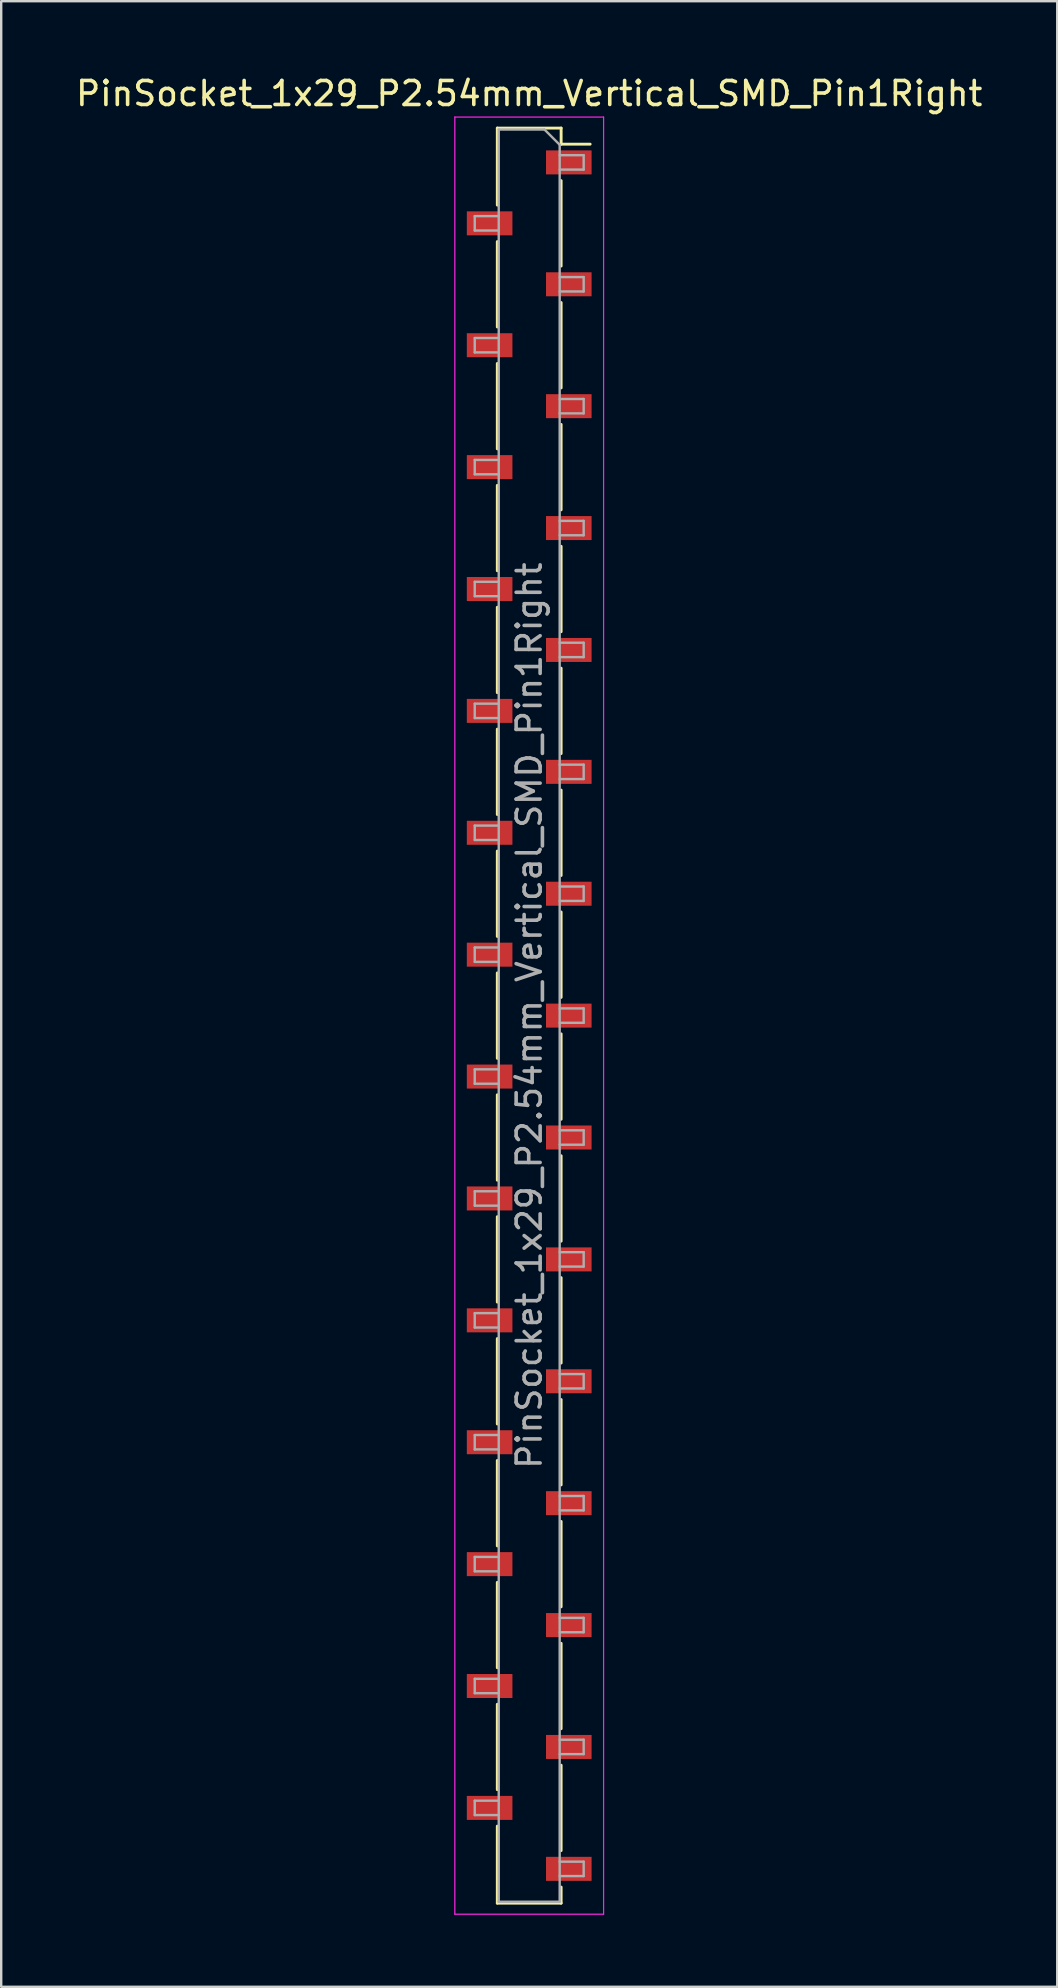
<source format=kicad_pcb>
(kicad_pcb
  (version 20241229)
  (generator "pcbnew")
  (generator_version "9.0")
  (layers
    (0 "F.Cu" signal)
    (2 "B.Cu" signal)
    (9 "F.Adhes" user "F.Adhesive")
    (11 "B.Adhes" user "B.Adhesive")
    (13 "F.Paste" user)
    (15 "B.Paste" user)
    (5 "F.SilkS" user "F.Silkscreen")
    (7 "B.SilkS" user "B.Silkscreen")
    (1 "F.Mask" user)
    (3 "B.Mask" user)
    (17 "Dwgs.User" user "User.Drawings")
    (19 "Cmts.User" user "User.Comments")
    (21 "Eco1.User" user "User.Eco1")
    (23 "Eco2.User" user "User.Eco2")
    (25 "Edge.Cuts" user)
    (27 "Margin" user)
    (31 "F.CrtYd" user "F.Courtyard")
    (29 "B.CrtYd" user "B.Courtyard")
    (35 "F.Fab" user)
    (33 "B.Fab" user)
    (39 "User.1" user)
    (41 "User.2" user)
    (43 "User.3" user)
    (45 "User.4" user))
  (footprint "PinSocket_1x29_P2.54mm_Vertical_SMD_Pin1Right"
    (layer "F.Cu")
    (at 19.006 39.278)
    (property "Reference" "PinSocket_1x29_P2.54mm_Vertical_SMD_Pin1Right" (at 0 -38.43 0) (layer "F.SilkS") (effects (font (size 1 1) (thickness 0.15))))
    (attr smd)
    (fp_line (start -1.33 -36.99) (end -1.33 -33.78) (stroke (width 0.12) (type solid)) (layer "F.SilkS"))
    (fp_line (start -1.33 -36.99) (end 1.33 -36.99) (stroke (width 0.12) (type solid)) (layer "F.SilkS"))
    (fp_line (start -1.33 -32.26) (end -1.33 -28.7) (stroke (width 0.12) (type solid)) (layer "F.SilkS"))
    (fp_line (start -1.33 -27.18) (end -1.33 -23.62) (stroke (width 0.12) (type solid)) (layer "F.SilkS"))
    (fp_line (start -1.33 -22.1) (end -1.33 -18.54) (stroke (width 0.12) (type solid)) (layer "F.SilkS"))
    (fp_line (start -1.33 -17.02) (end -1.33 -13.46) (stroke (width 0.12) (type solid)) (layer "F.SilkS"))
    (fp_line (start -1.33 -11.94) (end -1.33 -8.38) (stroke (width 0.12) (type solid)) (layer "F.SilkS"))
    (fp_line (start -1.33 -6.86) (end -1.33 -3.3) (stroke (width 0.12) (type solid)) (layer "F.SilkS"))
    (fp_line (start -1.33 -1.78) (end -1.33 1.78) (stroke (width 0.12) (type solid)) (layer "F.SilkS"))
    (fp_line (start -1.33 3.3) (end -1.33 6.86) (stroke (width 0.12) (type solid)) (layer "F.SilkS"))
    (fp_line (start -1.33 8.38) (end -1.33 11.94) (stroke (width 0.12) (type solid)) (layer "F.SilkS"))
    (fp_line (start -1.33 13.46) (end -1.33 17.02) (stroke (width 0.12) (type solid)) (layer "F.SilkS"))
    (fp_line (start -1.33 18.54) (end -1.33 22.1) (stroke (width 0.12) (type solid)) (layer "F.SilkS"))
    (fp_line (start -1.33 23.62) (end -1.33 27.18) (stroke (width 0.12) (type solid)) (layer "F.SilkS"))
    (fp_line (start -1.33 28.7) (end -1.33 32.26) (stroke (width 0.12) (type solid)) (layer "F.SilkS"))
    (fp_line (start -1.33 33.78) (end -1.33 36.99) (stroke (width 0.12) (type solid)) (layer "F.SilkS"))
    (fp_line (start -1.33 36.99) (end 1.33 36.99) (stroke (width 0.12) (type solid)) (layer "F.SilkS"))
    (fp_line (start 1.33 -36.99) (end 1.33 -36.32) (stroke (width 0.12) (type solid)) (layer "F.SilkS"))
    (fp_line (start 1.33 -36.32) (end 2.54 -36.32) (stroke (width 0.12) (type solid)) (layer "F.SilkS"))
    (fp_line (start 1.33 -34.8) (end 1.33 -31.24) (stroke (width 0.12) (type solid)) (layer "F.SilkS"))
    (fp_line (start 1.33 -29.72) (end 1.33 -26.16) (stroke (width 0.12) (type solid)) (layer "F.SilkS"))
    (fp_line (start 1.33 -24.64) (end 1.33 -21.08) (stroke (width 0.12) (type solid)) (layer "F.SilkS"))
    (fp_line (start 1.33 -19.56) (end 1.33 -16) (stroke (width 0.12) (type solid)) (layer "F.SilkS"))
    (fp_line (start 1.33 -14.48) (end 1.33 -10.92) (stroke (width 0.12) (type solid)) (layer "F.SilkS"))
    (fp_line (start 1.33 -9.4) (end 1.33 -5.84) (stroke (width 0.12) (type solid)) (layer "F.SilkS"))
    (fp_line (start 1.33 -4.32) (end 1.33 -0.76) (stroke (width 0.12) (type solid)) (layer "F.SilkS"))
    (fp_line (start 1.33 0.76) (end 1.33 4.32) (stroke (width 0.12) (type solid)) (layer "F.SilkS"))
    (fp_line (start 1.33 5.84) (end 1.33 9.4) (stroke (width 0.12) (type solid)) (layer "F.SilkS"))
    (fp_line (start 1.33 10.92) (end 1.33 14.48) (stroke (width 0.12) (type solid)) (layer "F.SilkS"))
    (fp_line (start 1.33 16) (end 1.33 19.56) (stroke (width 0.12) (type solid)) (layer "F.SilkS"))
    (fp_line (start 1.33 21.08) (end 1.33 24.64) (stroke (width 0.12) (type solid)) (layer "F.SilkS"))
    (fp_line (start 1.33 26.16) (end 1.33 29.72) (stroke (width 0.12) (type solid)) (layer "F.SilkS"))
    (fp_line (start 1.33 31.24) (end 1.33 34.8) (stroke (width 0.12) (type solid)) (layer "F.SilkS"))
    (fp_line (start 1.33 36.32) (end 1.33 36.99) (stroke (width 0.12) (type solid)) (layer "F.SilkS"))
    (fp_line (start -3.1 -37.45) (end 3.1 -37.45) (stroke (width 0.05) (type solid)) (layer "F.CrtYd"))
    (fp_line (start -3.1 37.45) (end -3.1 -37.45) (stroke (width 0.05) (type solid)) (layer "F.CrtYd"))
    (fp_line (start 3.1 -37.45) (end 3.1 37.45) (stroke (width 0.05) (type solid)) (layer "F.CrtYd"))
    (fp_line (start 3.1 37.45) (end -3.1 37.45) (stroke (width 0.05) (type solid)) (layer "F.CrtYd"))
    (fp_line (start -2.27 -33.32) (end -1.27 -33.32) (stroke (width 0.1) (type solid)) (layer "F.Fab"))
    (fp_line (start -2.27 -32.72) (end -2.27 -33.32) (stroke (width 0.1) (type solid)) (layer "F.Fab"))
    (fp_line (start -2.27 -28.24) (end -1.27 -28.24) (stroke (width 0.1) (type solid)) (layer "F.Fab"))
    (fp_line (start -2.27 -27.64) (end -2.27 -28.24) (stroke (width 0.1) (type solid)) (layer "F.Fab"))
    (fp_line (start -2.27 -23.16) (end -1.27 -23.16) (stroke (width 0.1) (type solid)) (layer "F.Fab"))
    (fp_line (start -2.27 -22.56) (end -2.27 -23.16) (stroke (width 0.1) (type solid)) (layer "F.Fab"))
    (fp_line (start -2.27 -18.08) (end -1.27 -18.08) (stroke (width 0.1) (type solid)) (layer "F.Fab"))
    (fp_line (start -2.27 -17.48) (end -2.27 -18.08) (stroke (width 0.1) (type solid)) (layer "F.Fab"))
    (fp_line (start -2.27 -13) (end -1.27 -13) (stroke (width 0.1) (type solid)) (layer "F.Fab"))
    (fp_line (start -2.27 -12.4) (end -2.27 -13) (stroke (width 0.1) (type solid)) (layer "F.Fab"))
    (fp_line (start -2.27 -7.92) (end -1.27 -7.92) (stroke (width 0.1) (type solid)) (layer "F.Fab"))
    (fp_line (start -2.27 -7.32) (end -2.27 -7.92) (stroke (width 0.1) (type solid)) (layer "F.Fab"))
    (fp_line (start -2.27 -2.84) (end -1.27 -2.84) (stroke (width 0.1) (type solid)) (layer "F.Fab"))
    (fp_line (start -2.27 -2.24) (end -2.27 -2.84) (stroke (width 0.1) (type solid)) (layer "F.Fab"))
    (fp_line (start -2.27 2.24) (end -1.27 2.24) (stroke (width 0.1) (type solid)) (layer "F.Fab"))
    (fp_line (start -2.27 2.84) (end -2.27 2.24) (stroke (width 0.1) (type solid)) (layer "F.Fab"))
    (fp_line (start -2.27 7.32) (end -1.27 7.32) (stroke (width 0.1) (type solid)) (layer "F.Fab"))
    (fp_line (start -2.27 7.92) (end -2.27 7.32) (stroke (width 0.1) (type solid)) (layer "F.Fab"))
    (fp_line (start -2.27 12.4) (end -1.27 12.4) (stroke (width 0.1) (type solid)) (layer "F.Fab"))
    (fp_line (start -2.27 13) (end -2.27 12.4) (stroke (width 0.1) (type solid)) (layer "F.Fab"))
    (fp_line (start -2.27 17.48) (end -1.27 17.48) (stroke (width 0.1) (type solid)) (layer "F.Fab"))
    (fp_line (start -2.27 18.08) (end -2.27 17.48) (stroke (width 0.1) (type solid)) (layer "F.Fab"))
    (fp_line (start -2.27 22.56) (end -1.27 22.56) (stroke (width 0.1) (type solid)) (layer "F.Fab"))
    (fp_line (start -2.27 23.16) (end -2.27 22.56) (stroke (width 0.1) (type solid)) (layer "F.Fab"))
    (fp_line (start -2.27 27.64) (end -1.27 27.64) (stroke (width 0.1) (type solid)) (layer "F.Fab"))
    (fp_line (start -2.27 28.24) (end -2.27 27.64) (stroke (width 0.1) (type solid)) (layer "F.Fab"))
    (fp_line (start -2.27 32.72) (end -1.27 32.72) (stroke (width 0.1) (type solid)) (layer "F.Fab"))
    (fp_line (start -2.27 33.32) (end -2.27 32.72) (stroke (width 0.1) (type solid)) (layer "F.Fab"))
    (fp_line (start -1.27 -36.93) (end 0.635 -36.93) (stroke (width 0.1) (type solid)) (layer "F.Fab"))
    (fp_line (start -1.27 -32.72) (end -2.27 -32.72) (stroke (width 0.1) (type solid)) (layer "F.Fab"))
    (fp_line (start -1.27 -27.64) (end -2.27 -27.64) (stroke (width 0.1) (type solid)) (layer "F.Fab"))
    (fp_line (start -1.27 -22.56) (end -2.27 -22.56) (stroke (width 0.1) (type solid)) (layer "F.Fab"))
    (fp_line (start -1.27 -17.48) (end -2.27 -17.48) (stroke (width 0.1) (type solid)) (layer "F.Fab"))
    (fp_line (start -1.27 -12.4) (end -2.27 -12.4) (stroke (width 0.1) (type solid)) (layer "F.Fab"))
    (fp_line (start -1.27 -7.32) (end -2.27 -7.32) (stroke (width 0.1) (type solid)) (layer "F.Fab"))
    (fp_line (start -1.27 -2.24) (end -2.27 -2.24) (stroke (width 0.1) (type solid)) (layer "F.Fab"))
    (fp_line (start -1.27 2.84) (end -2.27 2.84) (stroke (width 0.1) (type solid)) (layer "F.Fab"))
    (fp_line (start -1.27 7.92) (end -2.27 7.92) (stroke (width 0.1) (type solid)) (layer "F.Fab"))
    (fp_line (start -1.27 13) (end -2.27 13) (stroke (width 0.1) (type solid)) (layer "F.Fab"))
    (fp_line (start -1.27 18.08) (end -2.27 18.08) (stroke (width 0.1) (type solid)) (layer "F.Fab"))
    (fp_line (start -1.27 23.16) (end -2.27 23.16) (stroke (width 0.1) (type solid)) (layer "F.Fab"))
    (fp_line (start -1.27 28.24) (end -2.27 28.24) (stroke (width 0.1) (type solid)) (layer "F.Fab"))
    (fp_line (start -1.27 33.32) (end -2.27 33.32) (stroke (width 0.1) (type solid)) (layer "F.Fab"))
    (fp_line (start -1.27 36.93) (end -1.27 -36.93) (stroke (width 0.1) (type solid)) (layer "F.Fab"))
    (fp_line (start 0.635 -36.93) (end 1.27 -36.295) (stroke (width 0.1) (type solid)) (layer "F.Fab"))
    (fp_line (start 1.27 -36.295) (end 1.27 36.93) (stroke (width 0.1) (type solid)) (layer "F.Fab"))
    (fp_line (start 1.27 -35.86) (end 2.27 -35.86) (stroke (width 0.1) (type solid)) (layer "F.Fab"))
    (fp_line (start 1.27 -30.78) (end 2.27 -30.78) (stroke (width 0.1) (type solid)) (layer "F.Fab"))
    (fp_line (start 1.27 -25.7) (end 2.27 -25.7) (stroke (width 0.1) (type solid)) (layer "F.Fab"))
    (fp_line (start 1.27 -20.62) (end 2.27 -20.62) (stroke (width 0.1) (type solid)) (layer "F.Fab"))
    (fp_line (start 1.27 -15.54) (end 2.27 -15.54) (stroke (width 0.1) (type solid)) (layer "F.Fab"))
    (fp_line (start 1.27 -10.46) (end 2.27 -10.46) (stroke (width 0.1) (type solid)) (layer "F.Fab"))
    (fp_line (start 1.27 -5.38) (end 2.27 -5.38) (stroke (width 0.1) (type solid)) (layer "F.Fab"))
    (fp_line (start 1.27 -0.3) (end 2.27 -0.3) (stroke (width 0.1) (type solid)) (layer "F.Fab"))
    (fp_line (start 1.27 4.78) (end 2.27 4.78) (stroke (width 0.1) (type solid)) (layer "F.Fab"))
    (fp_line (start 1.27 9.86) (end 2.27 9.86) (stroke (width 0.1) (type solid)) (layer "F.Fab"))
    (fp_line (start 1.27 14.94) (end 2.27 14.94) (stroke (width 0.1) (type solid)) (layer "F.Fab"))
    (fp_line (start 1.27 20.02) (end 2.27 20.02) (stroke (width 0.1) (type solid)) (layer "F.Fab"))
    (fp_line (start 1.27 25.1) (end 2.27 25.1) (stroke (width 0.1) (type solid)) (layer "F.Fab"))
    (fp_line (start 1.27 30.18) (end 2.27 30.18) (stroke (width 0.1) (type solid)) (layer "F.Fab"))
    (fp_line (start 1.27 35.26) (end 2.27 35.26) (stroke (width 0.1) (type solid)) (layer "F.Fab"))
    (fp_line (start 1.27 36.93) (end -1.27 36.93) (stroke (width 0.1) (type solid)) (layer "F.Fab"))
    (fp_line (start 2.27 -35.86) (end 2.27 -35.26) (stroke (width 0.1) (type solid)) (layer "F.Fab"))
    (fp_line (start 2.27 -35.26) (end 1.27 -35.26) (stroke (width 0.1) (type solid)) (layer "F.Fab"))
    (fp_line (start 2.27 -30.78) (end 2.27 -30.18) (stroke (width 0.1) (type solid)) (layer "F.Fab"))
    (fp_line (start 2.27 -30.18) (end 1.27 -30.18) (stroke (width 0.1) (type solid)) (layer "F.Fab"))
    (fp_line (start 2.27 -25.7) (end 2.27 -25.1) (stroke (width 0.1) (type solid)) (layer "F.Fab"))
    (fp_line (start 2.27 -25.1) (end 1.27 -25.1) (stroke (width 0.1) (type solid)) (layer "F.Fab"))
    (fp_line (start 2.27 -20.62) (end 2.27 -20.02) (stroke (width 0.1) (type solid)) (layer "F.Fab"))
    (fp_line (start 2.27 -20.02) (end 1.27 -20.02) (stroke (width 0.1) (type solid)) (layer "F.Fab"))
    (fp_line (start 2.27 -15.54) (end 2.27 -14.94) (stroke (width 0.1) (type solid)) (layer "F.Fab"))
    (fp_line (start 2.27 -14.94) (end 1.27 -14.94) (stroke (width 0.1) (type solid)) (layer "F.Fab"))
    (fp_line (start 2.27 -10.46) (end 2.27 -9.86) (stroke (width 0.1) (type solid)) (layer "F.Fab"))
    (fp_line (start 2.27 -9.86) (end 1.27 -9.86) (stroke (width 0.1) (type solid)) (layer "F.Fab"))
    (fp_line (start 2.27 -5.38) (end 2.27 -4.78) (stroke (width 0.1) (type solid)) (layer "F.Fab"))
    (fp_line (start 2.27 -4.78) (end 1.27 -4.78) (stroke (width 0.1) (type solid)) (layer "F.Fab"))
    (fp_line (start 2.27 -0.3) (end 2.27 0.3) (stroke (width 0.1) (type solid)) (layer "F.Fab"))
    (fp_line (start 2.27 0.3) (end 1.27 0.3) (stroke (width 0.1) (type solid)) (layer "F.Fab"))
    (fp_line (start 2.27 4.78) (end 2.27 5.38) (stroke (width 0.1) (type solid)) (layer "F.Fab"))
    (fp_line (start 2.27 5.38) (end 1.27 5.38) (stroke (width 0.1) (type solid)) (layer "F.Fab"))
    (fp_line (start 2.27 9.86) (end 2.27 10.46) (stroke (width 0.1) (type solid)) (layer "F.Fab"))
    (fp_line (start 2.27 10.46) (end 1.27 10.46) (stroke (width 0.1) (type solid)) (layer "F.Fab"))
    (fp_line (start 2.27 14.94) (end 2.27 15.54) (stroke (width 0.1) (type solid)) (layer "F.Fab"))
    (fp_line (start 2.27 15.54) (end 1.27 15.54) (stroke (width 0.1) (type solid)) (layer "F.Fab"))
    (fp_line (start 2.27 20.02) (end 2.27 20.62) (stroke (width 0.1) (type solid)) (layer "F.Fab"))
    (fp_line (start 2.27 20.62) (end 1.27 20.62) (stroke (width 0.1) (type solid)) (layer "F.Fab"))
    (fp_line (start 2.27 25.1) (end 2.27 25.7) (stroke (width 0.1) (type solid)) (layer "F.Fab"))
    (fp_line (start 2.27 25.7) (end 1.27 25.7) (stroke (width 0.1) (type solid)) (layer "F.Fab"))
    (fp_line (start 2.27 30.18) (end 2.27 30.78) (stroke (width 0.1) (type solid)) (layer "F.Fab"))
    (fp_line (start 2.27 30.78) (end 1.27 30.78) (stroke (width 0.1) (type solid)) (layer "F.Fab"))
    (fp_line (start 2.27 35.26) (end 2.27 35.86) (stroke (width 0.1) (type solid)) (layer "F.Fab"))
    (fp_line (start 2.27 35.86) (end 1.27 35.86) (stroke (width 0.1) (type solid)) (layer "F.Fab"))
    (fp_text user "${REFERENCE}" (at 0 0 90) (layer "F.Fab") (effects (font (size 1 1) (thickness 0.15))))
    (pad "1" smd rect (at 1.65 -35.56) (size 1.9 1) (layers "F.Cu" "F.Mask" "F.Paste"))
    (pad "2" smd rect (at -1.65 -33.02) (size 1.9 1) (layers "F.Cu" "F.Mask" "F.Paste"))
    (pad "3" smd rect (at 1.65 -30.48) (size 1.9 1) (layers "F.Cu" "F.Mask" "F.Paste"))
    (pad "4" smd rect (at -1.65 -27.94) (size 1.9 1) (layers "F.Cu" "F.Mask" "F.Paste"))
    (pad "5" smd rect (at 1.65 -25.4) (size 1.9 1) (layers "F.Cu" "F.Mask" "F.Paste"))
    (pad "6" smd rect (at -1.65 -22.86) (size 1.9 1) (layers "F.Cu" "F.Mask" "F.Paste"))
    (pad "7" smd rect (at 1.65 -20.32) (size 1.9 1) (layers "F.Cu" "F.Mask" "F.Paste"))
    (pad "8" smd rect (at -1.65 -17.78) (size 1.9 1) (layers "F.Cu" "F.Mask" "F.Paste"))
    (pad "9" smd rect (at 1.65 -15.24) (size 1.9 1) (layers "F.Cu" "F.Mask" "F.Paste"))
    (pad "10" smd rect (at -1.65 -12.7) (size 1.9 1) (layers "F.Cu" "F.Mask" "F.Paste"))
    (pad "11" smd rect (at 1.65 -10.16) (size 1.9 1) (layers "F.Cu" "F.Mask" "F.Paste"))
    (pad "12" smd rect (at -1.65 -7.62) (size 1.9 1) (layers "F.Cu" "F.Mask" "F.Paste"))
    (pad "13" smd rect (at 1.65 -5.08) (size 1.9 1) (layers "F.Cu" "F.Mask" "F.Paste"))
    (pad "14" smd rect (at -1.65 -2.54) (size 1.9 1) (layers "F.Cu" "F.Mask" "F.Paste"))
    (pad "15" smd rect (at 1.65 0) (size 1.9 1) (layers "F.Cu" "F.Mask" "F.Paste"))
    (pad "16" smd rect (at -1.65 2.54) (size 1.9 1) (layers "F.Cu" "F.Mask" "F.Paste"))
    (pad "17" smd rect (at 1.65 5.08) (size 1.9 1) (layers "F.Cu" "F.Mask" "F.Paste"))
    (pad "18" smd rect (at -1.65 7.62) (size 1.9 1) (layers "F.Cu" "F.Mask" "F.Paste"))
    (pad "19" smd rect (at 1.65 10.16) (size 1.9 1) (layers "F.Cu" "F.Mask" "F.Paste"))
    (pad "20" smd rect (at -1.65 12.7) (size 1.9 1) (layers "F.Cu" "F.Mask" "F.Paste"))
    (pad "21" smd rect (at 1.65 15.24) (size 1.9 1) (layers "F.Cu" "F.Mask" "F.Paste"))
    (pad "22" smd rect (at -1.65 17.78) (size 1.9 1) (layers "F.Cu" "F.Mask" "F.Paste"))
    (pad "23" smd rect (at 1.65 20.32) (size 1.9 1) (layers "F.Cu" "F.Mask" "F.Paste"))
    (pad "24" smd rect (at -1.65 22.86) (size 1.9 1) (layers "F.Cu" "F.Mask" "F.Paste"))
    (pad "25" smd rect (at 1.65 25.4) (size 1.9 1) (layers "F.Cu" "F.Mask" "F.Paste"))
    (pad "26" smd rect (at -1.65 27.94) (size 1.9 1) (layers "F.Cu" "F.Mask" "F.Paste"))
    (pad "27" smd rect (at 1.65 30.48) (size 1.9 1) (layers "F.Cu" "F.Mask" "F.Paste"))
    (pad "28" smd rect (at -1.65 33.02) (size 1.9 1) (layers "F.Cu" "F.Mask" "F.Paste"))
    (pad "29" smd rect (at 1.65 35.56) (size 1.9 1) (layers "F.Cu" "F.Mask" "F.Paste")))
  (gr_rect
    (start -3 -3)
    (end 41.012 79.753)
    (stroke (width 0.1) (type default))
    (fill no)
    (layer "Edge.Cuts")))
</source>
